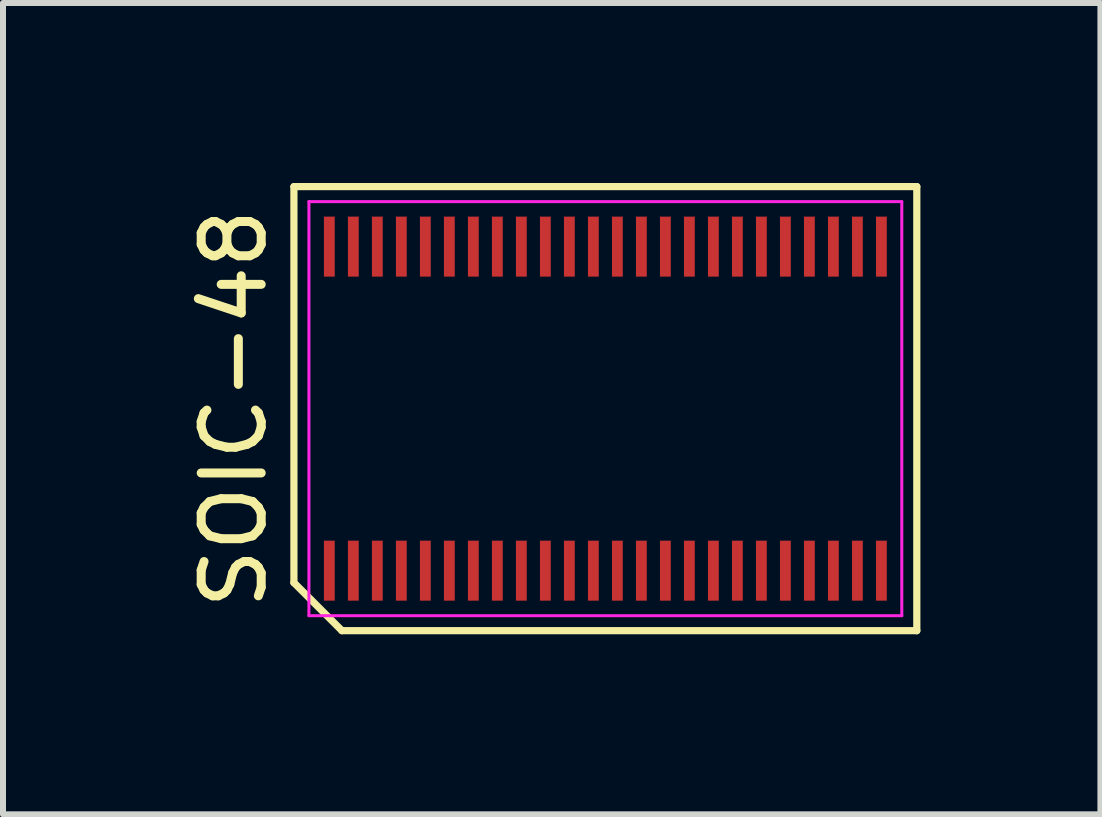
<source format=kicad_pcb>
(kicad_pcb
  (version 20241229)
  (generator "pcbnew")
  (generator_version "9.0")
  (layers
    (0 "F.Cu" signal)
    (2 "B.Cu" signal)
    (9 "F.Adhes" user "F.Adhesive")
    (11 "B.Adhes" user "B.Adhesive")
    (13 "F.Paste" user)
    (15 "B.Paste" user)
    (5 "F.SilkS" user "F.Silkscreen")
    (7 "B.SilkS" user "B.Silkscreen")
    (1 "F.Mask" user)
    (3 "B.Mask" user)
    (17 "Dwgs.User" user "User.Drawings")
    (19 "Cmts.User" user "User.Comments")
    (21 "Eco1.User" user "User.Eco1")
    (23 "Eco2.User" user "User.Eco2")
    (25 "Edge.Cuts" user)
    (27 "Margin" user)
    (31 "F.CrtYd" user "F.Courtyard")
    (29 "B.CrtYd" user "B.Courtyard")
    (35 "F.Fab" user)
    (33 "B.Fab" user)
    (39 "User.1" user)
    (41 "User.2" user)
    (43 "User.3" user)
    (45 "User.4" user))
  (footprint "SOIC-48"
    (layer "F.Cu")
    (at 7.038 3.76)
    (property "Reference" "SOIC-48" (at -6.19 0 90) (layer "F.SilkS") (effects (font (size 1 1) (thickness 0.15))))
    (attr smd)
    (fp_line (start -5.19 -3.7) (end 5.19 -3.7) (stroke (width 0.12) (type solid)) (layer "F.SilkS"))
    (fp_line (start -5.19 2.9) (end -5.19 -3.7) (stroke (width 0.12) (type solid)) (layer "F.SilkS"))
    (fp_line (start -4.39 3.7) (end -5.19 2.9) (stroke (width 0.12) (type solid)) (layer "F.SilkS"))
    (fp_line (start 5.19 -3.7) (end 5.19 3.7) (stroke (width 0.12) (type solid)) (layer "F.SilkS"))
    (fp_line (start 5.19 3.7) (end -4.39 3.7) (stroke (width 0.12) (type solid)) (layer "F.SilkS"))
    (fp_line (start -4.94 -3.45) (end 4.94 -3.45) (stroke (width 0.05) (type solid)) (layer "F.CrtYd"))
    (fp_line (start -4.94 3.45) (end -4.94 -3.45) (stroke (width 0.05) (type solid)) (layer "F.CrtYd"))
    (fp_line (start 4.94 -3.45) (end 4.94 3.45) (stroke (width 0.05) (type solid)) (layer "F.CrtYd"))
    (fp_line (start 4.94 3.45) (end -4.94 3.45) (stroke (width 0.05) (type solid)) (layer "F.CrtYd"))
    (pad "1" smd rect (at -4.6 2.7) (size 0.18 1) (layers "F.Cu" "F.Mask" "F.Paste"))
    (pad "2" smd rect (at -4.2 2.7) (size 0.18 1) (layers "F.Cu" "F.Mask" "F.Paste"))
    (pad "3" smd rect (at -3.8 2.7) (size 0.18 1) (layers "F.Cu" "F.Mask" "F.Paste"))
    (pad "4" smd rect (at -3.4 2.7) (size 0.18 1) (layers "F.Cu" "F.Mask" "F.Paste"))
    (pad "5" smd rect (at -3 2.7) (size 0.18 1) (layers "F.Cu" "F.Mask" "F.Paste"))
    (pad "6" smd rect (at -2.6 2.7) (size 0.18 1) (layers "F.Cu" "F.Mask" "F.Paste"))
    (pad "7" smd rect (at -2.2 2.7) (size 0.18 1) (layers "F.Cu" "F.Mask" "F.Paste"))
    (pad "8" smd rect (at -1.8 2.7) (size 0.18 1) (layers "F.Cu" "F.Mask" "F.Paste"))
    (pad "9" smd rect (at -1.4 2.7) (size 0.18 1) (layers "F.Cu" "F.Mask" "F.Paste"))
    (pad "10" smd rect (at -1 2.7) (size 0.18 1) (layers "F.Cu" "F.Mask" "F.Paste"))
    (pad "11" smd rect (at -0.6 2.7) (size 0.18 1) (layers "F.Cu" "F.Mask" "F.Paste"))
    (pad "12" smd rect (at -0.2 2.7) (size 0.18 1) (layers "F.Cu" "F.Mask" "F.Paste"))
    (pad "13" smd rect (at 0.2 2.7) (size 0.18 1) (layers "F.Cu" "F.Mask" "F.Paste"))
    (pad "14" smd rect (at 0.6 2.7) (size 0.18 1) (layers "F.Cu" "F.Mask" "F.Paste"))
    (pad "15" smd rect (at 1 2.7) (size 0.18 1) (layers "F.Cu" "F.Mask" "F.Paste"))
    (pad "16" smd rect (at 1.4 2.7) (size 0.18 1) (layers "F.Cu" "F.Mask" "F.Paste"))
    (pad "17" smd rect (at 1.8 2.7) (size 0.18 1) (layers "F.Cu" "F.Mask" "F.Paste"))
    (pad "18" smd rect (at 2.2 2.7) (size 0.18 1) (layers "F.Cu" "F.Mask" "F.Paste"))
    (pad "19" smd rect (at 2.6 2.7) (size 0.18 1) (layers "F.Cu" "F.Mask" "F.Paste"))
    (pad "20" smd rect (at 3 2.7) (size 0.18 1) (layers "F.Cu" "F.Mask" "F.Paste"))
    (pad "21" smd rect (at 3.4 2.7) (size 0.18 1) (layers "F.Cu" "F.Mask" "F.Paste"))
    (pad "22" smd rect (at 3.8 2.7) (size 0.18 1) (layers "F.Cu" "F.Mask" "F.Paste"))
    (pad "23" smd rect (at 4.2 2.7) (size 0.18 1) (layers "F.Cu" "F.Mask" "F.Paste"))
    (pad "24" smd rect (at 4.6 2.7) (size 0.18 1) (layers "F.Cu" "F.Mask" "F.Paste"))
    (pad "25" smd rect (at 4.6 -2.7) (size 0.18 1) (layers "F.Cu" "F.Mask" "F.Paste"))
    (pad "26" smd rect (at 4.2 -2.7) (size 0.18 1) (layers "F.Cu" "F.Mask" "F.Paste"))
    (pad "27" smd rect (at 3.8 -2.7) (size 0.18 1) (layers "F.Cu" "F.Mask" "F.Paste"))
    (pad "28" smd rect (at 3.4 -2.7) (size 0.18 1) (layers "F.Cu" "F.Mask" "F.Paste"))
    (pad "29" smd rect (at 3 -2.7) (size 0.18 1) (layers "F.Cu" "F.Mask" "F.Paste"))
    (pad "30" smd rect (at 2.6 -2.7) (size 0.18 1) (layers "F.Cu" "F.Mask" "F.Paste"))
    (pad "31" smd rect (at 2.2 -2.7) (size 0.18 1) (layers "F.Cu" "F.Mask" "F.Paste"))
    (pad "32" smd rect (at 1.8 -2.7) (size 0.18 1) (layers "F.Cu" "F.Mask" "F.Paste"))
    (pad "33" smd rect (at 1.4 -2.7) (size 0.18 1) (layers "F.Cu" "F.Mask" "F.Paste"))
    (pad "34" smd rect (at 1 -2.7) (size 0.18 1) (layers "F.Cu" "F.Mask" "F.Paste"))
    (pad "35" smd rect (at 0.6 -2.7) (size 0.18 1) (layers "F.Cu" "F.Mask" "F.Paste"))
    (pad "36" smd rect (at 0.2 -2.7) (size 0.18 1) (layers "F.Cu" "F.Mask" "F.Paste"))
    (pad "37" smd rect (at -0.2 -2.7) (size 0.18 1) (layers "F.Cu" "F.Mask" "F.Paste"))
    (pad "38" smd rect (at -0.6 -2.7) (size 0.18 1) (layers "F.Cu" "F.Mask" "F.Paste"))
    (pad "39" smd rect (at -1 -2.7) (size 0.18 1) (layers "F.Cu" "F.Mask" "F.Paste"))
    (pad "40" smd rect (at -1.4 -2.7) (size 0.18 1) (layers "F.Cu" "F.Mask" "F.Paste"))
    (pad "41" smd rect (at -1.8 -2.7) (size 0.18 1) (layers "F.Cu" "F.Mask" "F.Paste"))
    (pad "42" smd rect (at -2.2 -2.7) (size 0.18 1) (layers "F.Cu" "F.Mask" "F.Paste"))
    (pad "43" smd rect (at -2.6 -2.7) (size 0.18 1) (layers "F.Cu" "F.Mask" "F.Paste"))
    (pad "44" smd rect (at -3 -2.7) (size 0.18 1) (layers "F.Cu" "F.Mask" "F.Paste"))
    (pad "45" smd rect (at -3.4 -2.7) (size 0.18 1) (layers "F.Cu" "F.Mask" "F.Paste"))
    (pad "46" smd rect (at -3.8 -2.7) (size 0.18 1) (layers "F.Cu" "F.Mask" "F.Paste"))
    (pad "47" smd rect (at -4.2 -2.7) (size 0.18 1) (layers "F.Cu" "F.Mask" "F.Paste"))
    (pad "48" smd rect (at -4.6 -2.7) (size 0.18 1) (layers "F.Cu" "F.Mask" "F.Paste")))
  (gr_rect
    (start -3 -3)
    (end 15.288 10.52)
    (stroke (width 0.1) (type default))
    (fill no)
    (layer "Edge.Cuts")))
</source>
